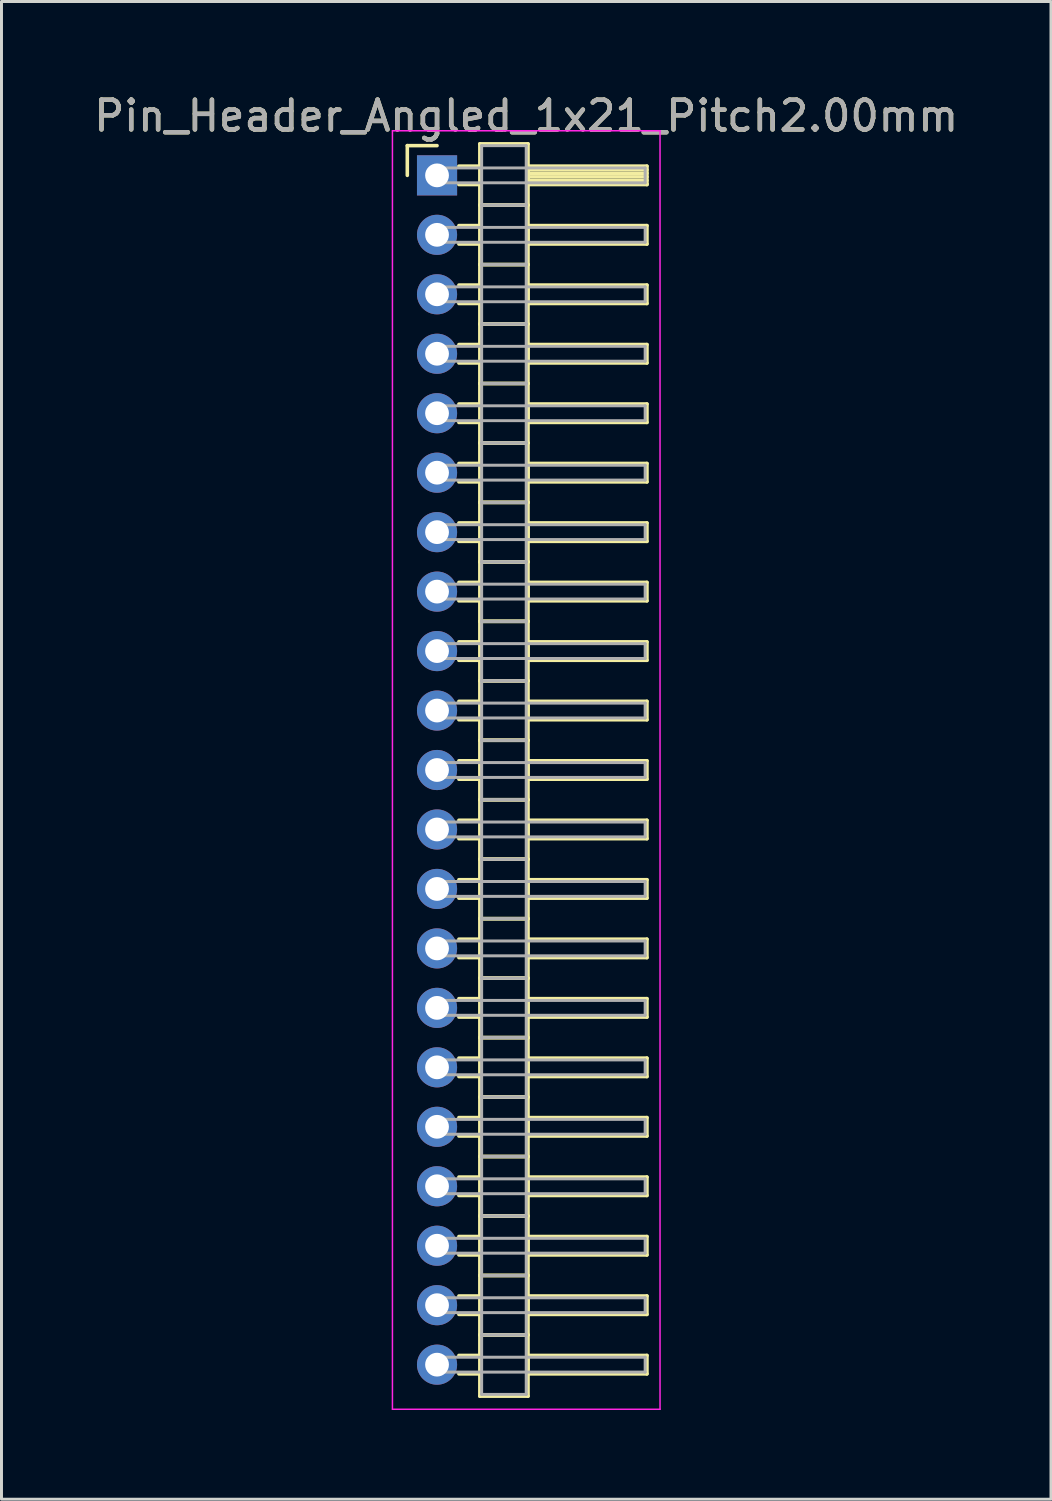
<source format=kicad_pcb>
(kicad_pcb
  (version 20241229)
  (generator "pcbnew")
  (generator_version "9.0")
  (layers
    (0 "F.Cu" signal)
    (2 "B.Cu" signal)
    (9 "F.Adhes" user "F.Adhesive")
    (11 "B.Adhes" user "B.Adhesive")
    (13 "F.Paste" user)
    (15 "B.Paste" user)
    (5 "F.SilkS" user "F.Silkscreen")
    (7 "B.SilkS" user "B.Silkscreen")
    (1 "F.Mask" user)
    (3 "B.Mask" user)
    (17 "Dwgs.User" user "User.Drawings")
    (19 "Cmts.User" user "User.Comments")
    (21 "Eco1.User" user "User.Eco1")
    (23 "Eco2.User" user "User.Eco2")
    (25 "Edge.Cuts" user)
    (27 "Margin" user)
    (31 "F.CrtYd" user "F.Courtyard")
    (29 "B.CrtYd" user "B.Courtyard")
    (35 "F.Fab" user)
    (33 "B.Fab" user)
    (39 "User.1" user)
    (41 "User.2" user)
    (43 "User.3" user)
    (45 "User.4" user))
  (footprint "Pin_Header_Angled_1x21_Pitch2.00mm"
    (layer "F.Cu")
    (at 11.649 2.848)
    (property "Reference" "Pin_Header_Angled_1x21_Pitch2.00mm" (at 3 -2 0) (layer "F.SilkS") (effects (font (size 1 1) (thickness 0.15))))
    (attr through_hole)
    (fp_line (start -1 -1) (end 0 -1) (stroke (width 0.12) (type solid)) (layer "F.SilkS"))
    (fp_line (start -1 0) (end -1 -1) (stroke (width 0.12) (type solid)) (layer "F.SilkS"))
    (fp_line (start 0.735 -0.31) (end 1.44 -0.31) (stroke (width 0.12) (type solid)) (layer "F.SilkS"))
    (fp_line (start 0.735 0.31) (end 1.44 0.31) (stroke (width 0.12) (type solid)) (layer "F.SilkS"))
    (fp_line (start 0.735 1.69) (end 1.44 1.69) (stroke (width 0.12) (type solid)) (layer "F.SilkS"))
    (fp_line (start 0.735 2.31) (end 1.44 2.31) (stroke (width 0.12) (type solid)) (layer "F.SilkS"))
    (fp_line (start 0.735 3.69) (end 1.44 3.69) (stroke (width 0.12) (type solid)) (layer "F.SilkS"))
    (fp_line (start 0.735 4.31) (end 1.44 4.31) (stroke (width 0.12) (type solid)) (layer "F.SilkS"))
    (fp_line (start 0.735 5.69) (end 1.44 5.69) (stroke (width 0.12) (type solid)) (layer "F.SilkS"))
    (fp_line (start 0.735 6.31) (end 1.44 6.31) (stroke (width 0.12) (type solid)) (layer "F.SilkS"))
    (fp_line (start 0.735 7.69) (end 1.44 7.69) (stroke (width 0.12) (type solid)) (layer "F.SilkS"))
    (fp_line (start 0.735 8.31) (end 1.44 8.31) (stroke (width 0.12) (type solid)) (layer "F.SilkS"))
    (fp_line (start 0.735 9.69) (end 1.44 9.69) (stroke (width 0.12) (type solid)) (layer "F.SilkS"))
    (fp_line (start 0.735 10.31) (end 1.44 10.31) (stroke (width 0.12) (type solid)) (layer "F.SilkS"))
    (fp_line (start 0.735 11.69) (end 1.44 11.69) (stroke (width 0.12) (type solid)) (layer "F.SilkS"))
    (fp_line (start 0.735 12.31) (end 1.44 12.31) (stroke (width 0.12) (type solid)) (layer "F.SilkS"))
    (fp_line (start 0.735 13.69) (end 1.44 13.69) (stroke (width 0.12) (type solid)) (layer "F.SilkS"))
    (fp_line (start 0.735 14.31) (end 1.44 14.31) (stroke (width 0.12) (type solid)) (layer "F.SilkS"))
    (fp_line (start 0.735 15.69) (end 1.44 15.69) (stroke (width 0.12) (type solid)) (layer "F.SilkS"))
    (fp_line (start 0.735 16.31) (end 1.44 16.31) (stroke (width 0.12) (type solid)) (layer "F.SilkS"))
    (fp_line (start 0.735 17.69) (end 1.44 17.69) (stroke (width 0.12) (type solid)) (layer "F.SilkS"))
    (fp_line (start 0.735 18.31) (end 1.44 18.31) (stroke (width 0.12) (type solid)) (layer "F.SilkS"))
    (fp_line (start 0.735 19.69) (end 1.44 19.69) (stroke (width 0.12) (type solid)) (layer "F.SilkS"))
    (fp_line (start 0.735 20.31) (end 1.44 20.31) (stroke (width 0.12) (type solid)) (layer "F.SilkS"))
    (fp_line (start 0.735 21.69) (end 1.44 21.69) (stroke (width 0.12) (type solid)) (layer "F.SilkS"))
    (fp_line (start 0.735 22.31) (end 1.44 22.31) (stroke (width 0.12) (type solid)) (layer "F.SilkS"))
    (fp_line (start 0.735 23.69) (end 1.44 23.69) (stroke (width 0.12) (type solid)) (layer "F.SilkS"))
    (fp_line (start 0.735 24.31) (end 1.44 24.31) (stroke (width 0.12) (type solid)) (layer "F.SilkS"))
    (fp_line (start 0.735 25.69) (end 1.44 25.69) (stroke (width 0.12) (type solid)) (layer "F.SilkS"))
    (fp_line (start 0.735 26.31) (end 1.44 26.31) (stroke (width 0.12) (type solid)) (layer "F.SilkS"))
    (fp_line (start 0.735 27.69) (end 1.44 27.69) (stroke (width 0.12) (type solid)) (layer "F.SilkS"))
    (fp_line (start 0.735 28.31) (end 1.44 28.31) (stroke (width 0.12) (type solid)) (layer "F.SilkS"))
    (fp_line (start 0.735 29.69) (end 1.44 29.69) (stroke (width 0.12) (type solid)) (layer "F.SilkS"))
    (fp_line (start 0.735 30.31) (end 1.44 30.31) (stroke (width 0.12) (type solid)) (layer "F.SilkS"))
    (fp_line (start 0.735 31.69) (end 1.44 31.69) (stroke (width 0.12) (type solid)) (layer "F.SilkS"))
    (fp_line (start 0.735 32.31) (end 1.44 32.31) (stroke (width 0.12) (type solid)) (layer "F.SilkS"))
    (fp_line (start 0.735 33.69) (end 1.44 33.69) (stroke (width 0.12) (type solid)) (layer "F.SilkS"))
    (fp_line (start 0.735 34.31) (end 1.44 34.31) (stroke (width 0.12) (type solid)) (layer "F.SilkS"))
    (fp_line (start 0.735 35.69) (end 1.44 35.69) (stroke (width 0.12) (type solid)) (layer "F.SilkS"))
    (fp_line (start 0.735 36.31) (end 1.44 36.31) (stroke (width 0.12) (type solid)) (layer "F.SilkS"))
    (fp_line (start 0.735 37.69) (end 1.44 37.69) (stroke (width 0.12) (type solid)) (layer "F.SilkS"))
    (fp_line (start 0.735 38.31) (end 1.44 38.31) (stroke (width 0.12) (type solid)) (layer "F.SilkS"))
    (fp_line (start 0.735 39.69) (end 1.44 39.69) (stroke (width 0.12) (type solid)) (layer "F.SilkS"))
    (fp_line (start 0.735 40.31) (end 1.44 40.31) (stroke (width 0.12) (type solid)) (layer "F.SilkS"))
    (fp_line (start 1.44 -1.06) (end 1.44 1) (stroke (width 0.12) (type solid)) (layer "F.SilkS"))
    (fp_line (start 1.44 1) (end 1.44 3) (stroke (width 0.12) (type solid)) (layer "F.SilkS"))
    (fp_line (start 1.44 1) (end 3.06 1) (stroke (width 0.12) (type solid)) (layer "F.SilkS"))
    (fp_line (start 1.44 3) (end 1.44 5) (stroke (width 0.12) (type solid)) (layer "F.SilkS"))
    (fp_line (start 1.44 3) (end 3.06 3) (stroke (width 0.12) (type solid)) (layer "F.SilkS"))
    (fp_line (start 1.44 5) (end 1.44 7) (stroke (width 0.12) (type solid)) (layer "F.SilkS"))
    (fp_line (start 1.44 5) (end 3.06 5) (stroke (width 0.12) (type solid)) (layer "F.SilkS"))
    (fp_line (start 1.44 7) (end 1.44 9) (stroke (width 0.12) (type solid)) (layer "F.SilkS"))
    (fp_line (start 1.44 7) (end 3.06 7) (stroke (width 0.12) (type solid)) (layer "F.SilkS"))
    (fp_line (start 1.44 9) (end 1.44 11) (stroke (width 0.12) (type solid)) (layer "F.SilkS"))
    (fp_line (start 1.44 9) (end 3.06 9) (stroke (width 0.12) (type solid)) (layer "F.SilkS"))
    (fp_line (start 1.44 11) (end 1.44 13) (stroke (width 0.12) (type solid)) (layer "F.SilkS"))
    (fp_line (start 1.44 11) (end 3.06 11) (stroke (width 0.12) (type solid)) (layer "F.SilkS"))
    (fp_line (start 1.44 13) (end 1.44 15) (stroke (width 0.12) (type solid)) (layer "F.SilkS"))
    (fp_line (start 1.44 13) (end 3.06 13) (stroke (width 0.12) (type solid)) (layer "F.SilkS"))
    (fp_line (start 1.44 15) (end 1.44 17) (stroke (width 0.12) (type solid)) (layer "F.SilkS"))
    (fp_line (start 1.44 15) (end 3.06 15) (stroke (width 0.12) (type solid)) (layer "F.SilkS"))
    (fp_line (start 1.44 17) (end 1.44 19) (stroke (width 0.12) (type solid)) (layer "F.SilkS"))
    (fp_line (start 1.44 17) (end 3.06 17) (stroke (width 0.12) (type solid)) (layer "F.SilkS"))
    (fp_line (start 1.44 19) (end 1.44 21) (stroke (width 0.12) (type solid)) (layer "F.SilkS"))
    (fp_line (start 1.44 19) (end 3.06 19) (stroke (width 0.12) (type solid)) (layer "F.SilkS"))
    (fp_line (start 1.44 21) (end 1.44 23) (stroke (width 0.12) (type solid)) (layer "F.SilkS"))
    (fp_line (start 1.44 21) (end 3.06 21) (stroke (width 0.12) (type solid)) (layer "F.SilkS"))
    (fp_line (start 1.44 23) (end 1.44 25) (stroke (width 0.12) (type solid)) (layer "F.SilkS"))
    (fp_line (start 1.44 23) (end 3.06 23) (stroke (width 0.12) (type solid)) (layer "F.SilkS"))
    (fp_line (start 1.44 25) (end 1.44 27) (stroke (width 0.12) (type solid)) (layer "F.SilkS"))
    (fp_line (start 1.44 25) (end 3.06 25) (stroke (width 0.12) (type solid)) (layer "F.SilkS"))
    (fp_line (start 1.44 27) (end 1.44 29) (stroke (width 0.12) (type solid)) (layer "F.SilkS"))
    (fp_line (start 1.44 27) (end 3.06 27) (stroke (width 0.12) (type solid)) (layer "F.SilkS"))
    (fp_line (start 1.44 29) (end 1.44 31) (stroke (width 0.12) (type solid)) (layer "F.SilkS"))
    (fp_line (start 1.44 29) (end 3.06 29) (stroke (width 0.12) (type solid)) (layer "F.SilkS"))
    (fp_line (start 1.44 31) (end 1.44 33) (stroke (width 0.12) (type solid)) (layer "F.SilkS"))
    (fp_line (start 1.44 31) (end 3.06 31) (stroke (width 0.12) (type solid)) (layer "F.SilkS"))
    (fp_line (start 1.44 33) (end 1.44 35) (stroke (width 0.12) (type solid)) (layer "F.SilkS"))
    (fp_line (start 1.44 33) (end 3.06 33) (stroke (width 0.12) (type solid)) (layer "F.SilkS"))
    (fp_line (start 1.44 35) (end 1.44 37) (stroke (width 0.12) (type solid)) (layer "F.SilkS"))
    (fp_line (start 1.44 35) (end 3.06 35) (stroke (width 0.12) (type solid)) (layer "F.SilkS"))
    (fp_line (start 1.44 37) (end 1.44 39) (stroke (width 0.12) (type solid)) (layer "F.SilkS"))
    (fp_line (start 1.44 37) (end 3.06 37) (stroke (width 0.12) (type solid)) (layer "F.SilkS"))
    (fp_line (start 1.44 39) (end 1.44 41.06) (stroke (width 0.12) (type solid)) (layer "F.SilkS"))
    (fp_line (start 1.44 39) (end 3.06 39) (stroke (width 0.12) (type solid)) (layer "F.SilkS"))
    (fp_line (start 1.44 41.06) (end 3.06 41.06) (stroke (width 0.12) (type solid)) (layer "F.SilkS"))
    (fp_line (start 3.06 -1.06) (end 1.44 -1.06) (stroke (width 0.12) (type solid)) (layer "F.SilkS"))
    (fp_line (start 3.06 -0.31) (end 3.06 0.31) (stroke (width 0.12) (type solid)) (layer "F.SilkS"))
    (fp_line (start 3.06 -0.19) (end 7.06 -0.19) (stroke (width 0.12) (type solid)) (layer "F.SilkS"))
    (fp_line (start 3.06 -0.07) (end 7.06 -0.07) (stroke (width 0.12) (type solid)) (layer "F.SilkS"))
    (fp_line (start 3.06 0.05) (end 7.06 0.05) (stroke (width 0.12) (type solid)) (layer "F.SilkS"))
    (fp_line (start 3.06 0.17) (end 7.06 0.17) (stroke (width 0.12) (type solid)) (layer "F.SilkS"))
    (fp_line (start 3.06 0.29) (end 7.06 0.29) (stroke (width 0.12) (type solid)) (layer "F.SilkS"))
    (fp_line (start 3.06 0.31) (end 7.06 0.31) (stroke (width 0.12) (type solid)) (layer "F.SilkS"))
    (fp_line (start 3.06 1) (end 1.44 1) (stroke (width 0.12) (type solid)) (layer "F.SilkS"))
    (fp_line (start 3.06 1) (end 3.06 -1.06) (stroke (width 0.12) (type solid)) (layer "F.SilkS"))
    (fp_line (start 3.06 1.69) (end 3.06 2.31) (stroke (width 0.12) (type solid)) (layer "F.SilkS"))
    (fp_line (start 3.06 2.31) (end 7.06 2.31) (stroke (width 0.12) (type solid)) (layer "F.SilkS"))
    (fp_line (start 3.06 3) (end 1.44 3) (stroke (width 0.12) (type solid)) (layer "F.SilkS"))
    (fp_line (start 3.06 3) (end 3.06 1) (stroke (width 0.12) (type solid)) (layer "F.SilkS"))
    (fp_line (start 3.06 3.69) (end 3.06 4.31) (stroke (width 0.12) (type solid)) (layer "F.SilkS"))
    (fp_line (start 3.06 4.31) (end 7.06 4.31) (stroke (width 0.12) (type solid)) (layer "F.SilkS"))
    (fp_line (start 3.06 5) (end 1.44 5) (stroke (width 0.12) (type solid)) (layer "F.SilkS"))
    (fp_line (start 3.06 5) (end 3.06 3) (stroke (width 0.12) (type solid)) (layer "F.SilkS"))
    (fp_line (start 3.06 5.69) (end 3.06 6.31) (stroke (width 0.12) (type solid)) (layer "F.SilkS"))
    (fp_line (start 3.06 6.31) (end 7.06 6.31) (stroke (width 0.12) (type solid)) (layer "F.SilkS"))
    (fp_line (start 3.06 7) (end 1.44 7) (stroke (width 0.12) (type solid)) (layer "F.SilkS"))
    (fp_line (start 3.06 7) (end 3.06 5) (stroke (width 0.12) (type solid)) (layer "F.SilkS"))
    (fp_line (start 3.06 7.69) (end 3.06 8.31) (stroke (width 0.12) (type solid)) (layer "F.SilkS"))
    (fp_line (start 3.06 8.31) (end 7.06 8.31) (stroke (width 0.12) (type solid)) (layer "F.SilkS"))
    (fp_line (start 3.06 9) (end 1.44 9) (stroke (width 0.12) (type solid)) (layer "F.SilkS"))
    (fp_line (start 3.06 9) (end 3.06 7) (stroke (width 0.12) (type solid)) (layer "F.SilkS"))
    (fp_line (start 3.06 9.69) (end 3.06 10.31) (stroke (width 0.12) (type solid)) (layer "F.SilkS"))
    (fp_line (start 3.06 10.31) (end 7.06 10.31) (stroke (width 0.12) (type solid)) (layer "F.SilkS"))
    (fp_line (start 3.06 11) (end 1.44 11) (stroke (width 0.12) (type solid)) (layer "F.SilkS"))
    (fp_line (start 3.06 11) (end 3.06 9) (stroke (width 0.12) (type solid)) (layer "F.SilkS"))
    (fp_line (start 3.06 11.69) (end 3.06 12.31) (stroke (width 0.12) (type solid)) (layer "F.SilkS"))
    (fp_line (start 3.06 12.31) (end 7.06 12.31) (stroke (width 0.12) (type solid)) (layer "F.SilkS"))
    (fp_line (start 3.06 13) (end 1.44 13) (stroke (width 0.12) (type solid)) (layer "F.SilkS"))
    (fp_line (start 3.06 13) (end 3.06 11) (stroke (width 0.12) (type solid)) (layer "F.SilkS"))
    (fp_line (start 3.06 13.69) (end 3.06 14.31) (stroke (width 0.12) (type solid)) (layer "F.SilkS"))
    (fp_line (start 3.06 14.31) (end 7.06 14.31) (stroke (width 0.12) (type solid)) (layer "F.SilkS"))
    (fp_line (start 3.06 15) (end 1.44 15) (stroke (width 0.12) (type solid)) (layer "F.SilkS"))
    (fp_line (start 3.06 15) (end 3.06 13) (stroke (width 0.12) (type solid)) (layer "F.SilkS"))
    (fp_line (start 3.06 15.69) (end 3.06 16.31) (stroke (width 0.12) (type solid)) (layer "F.SilkS"))
    (fp_line (start 3.06 16.31) (end 7.06 16.31) (stroke (width 0.12) (type solid)) (layer "F.SilkS"))
    (fp_line (start 3.06 17) (end 1.44 17) (stroke (width 0.12) (type solid)) (layer "F.SilkS"))
    (fp_line (start 3.06 17) (end 3.06 15) (stroke (width 0.12) (type solid)) (layer "F.SilkS"))
    (fp_line (start 3.06 17.69) (end 3.06 18.31) (stroke (width 0.12) (type solid)) (layer "F.SilkS"))
    (fp_line (start 3.06 18.31) (end 7.06 18.31) (stroke (width 0.12) (type solid)) (layer "F.SilkS"))
    (fp_line (start 3.06 19) (end 1.44 19) (stroke (width 0.12) (type solid)) (layer "F.SilkS"))
    (fp_line (start 3.06 19) (end 3.06 17) (stroke (width 0.12) (type solid)) (layer "F.SilkS"))
    (fp_line (start 3.06 19.69) (end 3.06 20.31) (stroke (width 0.12) (type solid)) (layer "F.SilkS"))
    (fp_line (start 3.06 20.31) (end 7.06 20.31) (stroke (width 0.12) (type solid)) (layer "F.SilkS"))
    (fp_line (start 3.06 21) (end 1.44 21) (stroke (width 0.12) (type solid)) (layer "F.SilkS"))
    (fp_line (start 3.06 21) (end 3.06 19) (stroke (width 0.12) (type solid)) (layer "F.SilkS"))
    (fp_line (start 3.06 21.69) (end 3.06 22.31) (stroke (width 0.12) (type solid)) (layer "F.SilkS"))
    (fp_line (start 3.06 22.31) (end 7.06 22.31) (stroke (width 0.12) (type solid)) (layer "F.SilkS"))
    (fp_line (start 3.06 23) (end 1.44 23) (stroke (width 0.12) (type solid)) (layer "F.SilkS"))
    (fp_line (start 3.06 23) (end 3.06 21) (stroke (width 0.12) (type solid)) (layer "F.SilkS"))
    (fp_line (start 3.06 23.69) (end 3.06 24.31) (stroke (width 0.12) (type solid)) (layer "F.SilkS"))
    (fp_line (start 3.06 24.31) (end 7.06 24.31) (stroke (width 0.12) (type solid)) (layer "F.SilkS"))
    (fp_line (start 3.06 25) (end 1.44 25) (stroke (width 0.12) (type solid)) (layer "F.SilkS"))
    (fp_line (start 3.06 25) (end 3.06 23) (stroke (width 0.12) (type solid)) (layer "F.SilkS"))
    (fp_line (start 3.06 25.69) (end 3.06 26.31) (stroke (width 0.12) (type solid)) (layer "F.SilkS"))
    (fp_line (start 3.06 26.31) (end 7.06 26.31) (stroke (width 0.12) (type solid)) (layer "F.SilkS"))
    (fp_line (start 3.06 27) (end 1.44 27) (stroke (width 0.12) (type solid)) (layer "F.SilkS"))
    (fp_line (start 3.06 27) (end 3.06 25) (stroke (width 0.12) (type solid)) (layer "F.SilkS"))
    (fp_line (start 3.06 27.69) (end 3.06 28.31) (stroke (width 0.12) (type solid)) (layer "F.SilkS"))
    (fp_line (start 3.06 28.31) (end 7.06 28.31) (stroke (width 0.12) (type solid)) (layer "F.SilkS"))
    (fp_line (start 3.06 29) (end 1.44 29) (stroke (width 0.12) (type solid)) (layer "F.SilkS"))
    (fp_line (start 3.06 29) (end 3.06 27) (stroke (width 0.12) (type solid)) (layer "F.SilkS"))
    (fp_line (start 3.06 29.69) (end 3.06 30.31) (stroke (width 0.12) (type solid)) (layer "F.SilkS"))
    (fp_line (start 3.06 30.31) (end 7.06 30.31) (stroke (width 0.12) (type solid)) (layer "F.SilkS"))
    (fp_line (start 3.06 31) (end 1.44 31) (stroke (width 0.12) (type solid)) (layer "F.SilkS"))
    (fp_line (start 3.06 31) (end 3.06 29) (stroke (width 0.12) (type solid)) (layer "F.SilkS"))
    (fp_line (start 3.06 31.69) (end 3.06 32.31) (stroke (width 0.12) (type solid)) (layer "F.SilkS"))
    (fp_line (start 3.06 32.31) (end 7.06 32.31) (stroke (width 0.12) (type solid)) (layer "F.SilkS"))
    (fp_line (start 3.06 33) (end 1.44 33) (stroke (width 0.12) (type solid)) (layer "F.SilkS"))
    (fp_line (start 3.06 33) (end 3.06 31) (stroke (width 0.12) (type solid)) (layer "F.SilkS"))
    (fp_line (start 3.06 33.69) (end 3.06 34.31) (stroke (width 0.12) (type solid)) (layer "F.SilkS"))
    (fp_line (start 3.06 34.31) (end 7.06 34.31) (stroke (width 0.12) (type solid)) (layer "F.SilkS"))
    (fp_line (start 3.06 35) (end 1.44 35) (stroke (width 0.12) (type solid)) (layer "F.SilkS"))
    (fp_line (start 3.06 35) (end 3.06 33) (stroke (width 0.12) (type solid)) (layer "F.SilkS"))
    (fp_line (start 3.06 35.69) (end 3.06 36.31) (stroke (width 0.12) (type solid)) (layer "F.SilkS"))
    (fp_line (start 3.06 36.31) (end 7.06 36.31) (stroke (width 0.12) (type solid)) (layer "F.SilkS"))
    (fp_line (start 3.06 37) (end 1.44 37) (stroke (width 0.12) (type solid)) (layer "F.SilkS"))
    (fp_line (start 3.06 37) (end 3.06 35) (stroke (width 0.12) (type solid)) (layer "F.SilkS"))
    (fp_line (start 3.06 37.69) (end 3.06 38.31) (stroke (width 0.12) (type solid)) (layer "F.SilkS"))
    (fp_line (start 3.06 38.31) (end 7.06 38.31) (stroke (width 0.12) (type solid)) (layer "F.SilkS"))
    (fp_line (start 3.06 39) (end 1.44 39) (stroke (width 0.12) (type solid)) (layer "F.SilkS"))
    (fp_line (start 3.06 39) (end 3.06 37) (stroke (width 0.12) (type solid)) (layer "F.SilkS"))
    (fp_line (start 3.06 39.69) (end 3.06 40.31) (stroke (width 0.12) (type solid)) (layer "F.SilkS"))
    (fp_line (start 3.06 40.31) (end 7.06 40.31) (stroke (width 0.12) (type solid)) (layer "F.SilkS"))
    (fp_line (start 3.06 41.06) (end 3.06 39) (stroke (width 0.12) (type solid)) (layer "F.SilkS"))
    (fp_line (start 7.06 -0.31) (end 3.06 -0.31) (stroke (width 0.12) (type solid)) (layer "F.SilkS"))
    (fp_line (start 7.06 0.31) (end 7.06 -0.31) (stroke (width 0.12) (type solid)) (layer "F.SilkS"))
    (fp_line (start 7.06 1.69) (end 3.06 1.69) (stroke (width 0.12) (type solid)) (layer "F.SilkS"))
    (fp_line (start 7.06 2.31) (end 7.06 1.69) (stroke (width 0.12) (type solid)) (layer "F.SilkS"))
    (fp_line (start 7.06 3.69) (end 3.06 3.69) (stroke (width 0.12) (type solid)) (layer "F.SilkS"))
    (fp_line (start 7.06 4.31) (end 7.06 3.69) (stroke (width 0.12) (type solid)) (layer "F.SilkS"))
    (fp_line (start 7.06 5.69) (end 3.06 5.69) (stroke (width 0.12) (type solid)) (layer "F.SilkS"))
    (fp_line (start 7.06 6.31) (end 7.06 5.69) (stroke (width 0.12) (type solid)) (layer "F.SilkS"))
    (fp_line (start 7.06 7.69) (end 3.06 7.69) (stroke (width 0.12) (type solid)) (layer "F.SilkS"))
    (fp_line (start 7.06 8.31) (end 7.06 7.69) (stroke (width 0.12) (type solid)) (layer "F.SilkS"))
    (fp_line (start 7.06 9.69) (end 3.06 9.69) (stroke (width 0.12) (type solid)) (layer "F.SilkS"))
    (fp_line (start 7.06 10.31) (end 7.06 9.69) (stroke (width 0.12) (type solid)) (layer "F.SilkS"))
    (fp_line (start 7.06 11.69) (end 3.06 11.69) (stroke (width 0.12) (type solid)) (layer "F.SilkS"))
    (fp_line (start 7.06 12.31) (end 7.06 11.69) (stroke (width 0.12) (type solid)) (layer "F.SilkS"))
    (fp_line (start 7.06 13.69) (end 3.06 13.69) (stroke (width 0.12) (type solid)) (layer "F.SilkS"))
    (fp_line (start 7.06 14.31) (end 7.06 13.69) (stroke (width 0.12) (type solid)) (layer "F.SilkS"))
    (fp_line (start 7.06 15.69) (end 3.06 15.69) (stroke (width 0.12) (type solid)) (layer "F.SilkS"))
    (fp_line (start 7.06 16.31) (end 7.06 15.69) (stroke (width 0.12) (type solid)) (layer "F.SilkS"))
    (fp_line (start 7.06 17.69) (end 3.06 17.69) (stroke (width 0.12) (type solid)) (layer "F.SilkS"))
    (fp_line (start 7.06 18.31) (end 7.06 17.69) (stroke (width 0.12) (type solid)) (layer "F.SilkS"))
    (fp_line (start 7.06 19.69) (end 3.06 19.69) (stroke (width 0.12) (type solid)) (layer "F.SilkS"))
    (fp_line (start 7.06 20.31) (end 7.06 19.69) (stroke (width 0.12) (type solid)) (layer "F.SilkS"))
    (fp_line (start 7.06 21.69) (end 3.06 21.69) (stroke (width 0.12) (type solid)) (layer "F.SilkS"))
    (fp_line (start 7.06 22.31) (end 7.06 21.69) (stroke (width 0.12) (type solid)) (layer "F.SilkS"))
    (fp_line (start 7.06 23.69) (end 3.06 23.69) (stroke (width 0.12) (type solid)) (layer "F.SilkS"))
    (fp_line (start 7.06 24.31) (end 7.06 23.69) (stroke (width 0.12) (type solid)) (layer "F.SilkS"))
    (fp_line (start 7.06 25.69) (end 3.06 25.69) (stroke (width 0.12) (type solid)) (layer "F.SilkS"))
    (fp_line (start 7.06 26.31) (end 7.06 25.69) (stroke (width 0.12) (type solid)) (layer "F.SilkS"))
    (fp_line (start 7.06 27.69) (end 3.06 27.69) (stroke (width 0.12) (type solid)) (layer "F.SilkS"))
    (fp_line (start 7.06 28.31) (end 7.06 27.69) (stroke (width 0.12) (type solid)) (layer "F.SilkS"))
    (fp_line (start 7.06 29.69) (end 3.06 29.69) (stroke (width 0.12) (type solid)) (layer "F.SilkS"))
    (fp_line (start 7.06 30.31) (end 7.06 29.69) (stroke (width 0.12) (type solid)) (layer "F.SilkS"))
    (fp_line (start 7.06 31.69) (end 3.06 31.69) (stroke (width 0.12) (type solid)) (layer "F.SilkS"))
    (fp_line (start 7.06 32.31) (end 7.06 31.69) (stroke (width 0.12) (type solid)) (layer "F.SilkS"))
    (fp_line (start 7.06 33.69) (end 3.06 33.69) (stroke (width 0.12) (type solid)) (layer "F.SilkS"))
    (fp_line (start 7.06 34.31) (end 7.06 33.69) (stroke (width 0.12) (type solid)) (layer "F.SilkS"))
    (fp_line (start 7.06 35.69) (end 3.06 35.69) (stroke (width 0.12) (type solid)) (layer "F.SilkS"))
    (fp_line (start 7.06 36.31) (end 7.06 35.69) (stroke (width 0.12) (type solid)) (layer "F.SilkS"))
    (fp_line (start 7.06 37.69) (end 3.06 37.69) (stroke (width 0.12) (type solid)) (layer "F.SilkS"))
    (fp_line (start 7.06 38.31) (end 7.06 37.69) (stroke (width 0.12) (type solid)) (layer "F.SilkS"))
    (fp_line (start 7.06 39.69) (end 3.06 39.69) (stroke (width 0.12) (type solid)) (layer "F.SilkS"))
    (fp_line (start 7.06 40.31) (end 7.06 39.69) (stroke (width 0.12) (type solid)) (layer "F.SilkS"))
    (fp_line (start -1.5 -1.5) (end -1.5 41.5) (stroke (width 0.05) (type solid)) (layer "F.CrtYd"))
    (fp_line (start -1.5 41.5) (end 7.5 41.5) (stroke (width 0.05) (type solid)) (layer "F.CrtYd"))
    (fp_line (start 7.5 -1.5) (end -1.5 -1.5) (stroke (width 0.05) (type solid)) (layer "F.CrtYd"))
    (fp_line (start 7.5 41.5) (end 7.5 -1.5) (stroke (width 0.05) (type solid)) (layer "F.CrtYd"))
    (fp_line (start 0 -0.25) (end 0 0.25) (stroke (width 0.1) (type solid)) (layer "F.Fab"))
    (fp_line (start 0 0.25) (end 7 0.25) (stroke (width 0.1) (type solid)) (layer "F.Fab"))
    (fp_line (start 0 1.75) (end 0 2.25) (stroke (width 0.1) (type solid)) (layer "F.Fab"))
    (fp_line (start 0 2.25) (end 7 2.25) (stroke (width 0.1) (type solid)) (layer "F.Fab"))
    (fp_line (start 0 3.75) (end 0 4.25) (stroke (width 0.1) (type solid)) (layer "F.Fab"))
    (fp_line (start 0 4.25) (end 7 4.25) (stroke (width 0.1) (type solid)) (layer "F.Fab"))
    (fp_line (start 0 5.75) (end 0 6.25) (stroke (width 0.1) (type solid)) (layer "F.Fab"))
    (fp_line (start 0 6.25) (end 7 6.25) (stroke (width 0.1) (type solid)) (layer "F.Fab"))
    (fp_line (start 0 7.75) (end 0 8.25) (stroke (width 0.1) (type solid)) (layer "F.Fab"))
    (fp_line (start 0 8.25) (end 7 8.25) (stroke (width 0.1) (type solid)) (layer "F.Fab"))
    (fp_line (start 0 9.75) (end 0 10.25) (stroke (width 0.1) (type solid)) (layer "F.Fab"))
    (fp_line (start 0 10.25) (end 7 10.25) (stroke (width 0.1) (type solid)) (layer "F.Fab"))
    (fp_line (start 0 11.75) (end 0 12.25) (stroke (width 0.1) (type solid)) (layer "F.Fab"))
    (fp_line (start 0 12.25) (end 7 12.25) (stroke (width 0.1) (type solid)) (layer "F.Fab"))
    (fp_line (start 0 13.75) (end 0 14.25) (stroke (width 0.1) (type solid)) (layer "F.Fab"))
    (fp_line (start 0 14.25) (end 7 14.25) (stroke (width 0.1) (type solid)) (layer "F.Fab"))
    (fp_line (start 0 15.75) (end 0 16.25) (stroke (width 0.1) (type solid)) (layer "F.Fab"))
    (fp_line (start 0 16.25) (end 7 16.25) (stroke (width 0.1) (type solid)) (layer "F.Fab"))
    (fp_line (start 0 17.75) (end 0 18.25) (stroke (width 0.1) (type solid)) (layer "F.Fab"))
    (fp_line (start 0 18.25) (end 7 18.25) (stroke (width 0.1) (type solid)) (layer "F.Fab"))
    (fp_line (start 0 19.75) (end 0 20.25) (stroke (width 0.1) (type solid)) (layer "F.Fab"))
    (fp_line (start 0 20.25) (end 7 20.25) (stroke (width 0.1) (type solid)) (layer "F.Fab"))
    (fp_line (start 0 21.75) (end 0 22.25) (stroke (width 0.1) (type solid)) (layer "F.Fab"))
    (fp_line (start 0 22.25) (end 7 22.25) (stroke (width 0.1) (type solid)) (layer "F.Fab"))
    (fp_line (start 0 23.75) (end 0 24.25) (stroke (width 0.1) (type solid)) (layer "F.Fab"))
    (fp_line (start 0 24.25) (end 7 24.25) (stroke (width 0.1) (type solid)) (layer "F.Fab"))
    (fp_line (start 0 25.75) (end 0 26.25) (stroke (width 0.1) (type solid)) (layer "F.Fab"))
    (fp_line (start 0 26.25) (end 7 26.25) (stroke (width 0.1) (type solid)) (layer "F.Fab"))
    (fp_line (start 0 27.75) (end 0 28.25) (stroke (width 0.1) (type solid)) (layer "F.Fab"))
    (fp_line (start 0 28.25) (end 7 28.25) (stroke (width 0.1) (type solid)) (layer "F.Fab"))
    (fp_line (start 0 29.75) (end 0 30.25) (stroke (width 0.1) (type solid)) (layer "F.Fab"))
    (fp_line (start 0 30.25) (end 7 30.25) (stroke (width 0.1) (type solid)) (layer "F.Fab"))
    (fp_line (start 0 31.75) (end 0 32.25) (stroke (width 0.1) (type solid)) (layer "F.Fab"))
    (fp_line (start 0 32.25) (end 7 32.25) (stroke (width 0.1) (type solid)) (layer "F.Fab"))
    (fp_line (start 0 33.75) (end 0 34.25) (stroke (width 0.1) (type solid)) (layer "F.Fab"))
    (fp_line (start 0 34.25) (end 7 34.25) (stroke (width 0.1) (type solid)) (layer "F.Fab"))
    (fp_line (start 0 35.75) (end 0 36.25) (stroke (width 0.1) (type solid)) (layer "F.Fab"))
    (fp_line (start 0 36.25) (end 7 36.25) (stroke (width 0.1) (type solid)) (layer "F.Fab"))
    (fp_line (start 0 37.75) (end 0 38.25) (stroke (width 0.1) (type solid)) (layer "F.Fab"))
    (fp_line (start 0 38.25) (end 7 38.25) (stroke (width 0.1) (type solid)) (layer "F.Fab"))
    (fp_line (start 0 39.75) (end 0 40.25) (stroke (width 0.1) (type solid)) (layer "F.Fab"))
    (fp_line (start 0 40.25) (end 7 40.25) (stroke (width 0.1) (type solid)) (layer "F.Fab"))
    (fp_line (start 1.5 -1) (end 1.5 1) (stroke (width 0.1) (type solid)) (layer "F.Fab"))
    (fp_line (start 1.5 1) (end 1.5 3) (stroke (width 0.1) (type solid)) (layer "F.Fab"))
    (fp_line (start 1.5 1) (end 3 1) (stroke (width 0.1) (type solid)) (layer "F.Fab"))
    (fp_line (start 1.5 3) (end 1.5 5) (stroke (width 0.1) (type solid)) (layer "F.Fab"))
    (fp_line (start 1.5 3) (end 3 3) (stroke (width 0.1) (type solid)) (layer "F.Fab"))
    (fp_line (start 1.5 5) (end 1.5 7) (stroke (width 0.1) (type solid)) (layer "F.Fab"))
    (fp_line (start 1.5 5) (end 3 5) (stroke (width 0.1) (type solid)) (layer "F.Fab"))
    (fp_line (start 1.5 7) (end 1.5 9) (stroke (width 0.1) (type solid)) (layer "F.Fab"))
    (fp_line (start 1.5 7) (end 3 7) (stroke (width 0.1) (type solid)) (layer "F.Fab"))
    (fp_line (start 1.5 9) (end 1.5 11) (stroke (width 0.1) (type solid)) (layer "F.Fab"))
    (fp_line (start 1.5 9) (end 3 9) (stroke (width 0.1) (type solid)) (layer "F.Fab"))
    (fp_line (start 1.5 11) (end 1.5 13) (stroke (width 0.1) (type solid)) (layer "F.Fab"))
    (fp_line (start 1.5 11) (end 3 11) (stroke (width 0.1) (type solid)) (layer "F.Fab"))
    (fp_line (start 1.5 13) (end 1.5 15) (stroke (width 0.1) (type solid)) (layer "F.Fab"))
    (fp_line (start 1.5 13) (end 3 13) (stroke (width 0.1) (type solid)) (layer "F.Fab"))
    (fp_line (start 1.5 15) (end 1.5 17) (stroke (width 0.1) (type solid)) (layer "F.Fab"))
    (fp_line (start 1.5 15) (end 3 15) (stroke (width 0.1) (type solid)) (layer "F.Fab"))
    (fp_line (start 1.5 17) (end 1.5 19) (stroke (width 0.1) (type solid)) (layer "F.Fab"))
    (fp_line (start 1.5 17) (end 3 17) (stroke (width 0.1) (type solid)) (layer "F.Fab"))
    (fp_line (start 1.5 19) (end 1.5 21) (stroke (width 0.1) (type solid)) (layer "F.Fab"))
    (fp_line (start 1.5 19) (end 3 19) (stroke (width 0.1) (type solid)) (layer "F.Fab"))
    (fp_line (start 1.5 21) (end 1.5 23) (stroke (width 0.1) (type solid)) (layer "F.Fab"))
    (fp_line (start 1.5 21) (end 3 21) (stroke (width 0.1) (type solid)) (layer "F.Fab"))
    (fp_line (start 1.5 23) (end 1.5 25) (stroke (width 0.1) (type solid)) (layer "F.Fab"))
    (fp_line (start 1.5 23) (end 3 23) (stroke (width 0.1) (type solid)) (layer "F.Fab"))
    (fp_line (start 1.5 25) (end 1.5 27) (stroke (width 0.1) (type solid)) (layer "F.Fab"))
    (fp_line (start 1.5 25) (end 3 25) (stroke (width 0.1) (type solid)) (layer "F.Fab"))
    (fp_line (start 1.5 27) (end 1.5 29) (stroke (width 0.1) (type solid)) (layer "F.Fab"))
    (fp_line (start 1.5 27) (end 3 27) (stroke (width 0.1) (type solid)) (layer "F.Fab"))
    (fp_line (start 1.5 29) (end 1.5 31) (stroke (width 0.1) (type solid)) (layer "F.Fab"))
    (fp_line (start 1.5 29) (end 3 29) (stroke (width 0.1) (type solid)) (layer "F.Fab"))
    (fp_line (start 1.5 31) (end 1.5 33) (stroke (width 0.1) (type solid)) (layer "F.Fab"))
    (fp_line (start 1.5 31) (end 3 31) (stroke (width 0.1) (type solid)) (layer "F.Fab"))
    (fp_line (start 1.5 33) (end 1.5 35) (stroke (width 0.1) (type solid)) (layer "F.Fab"))
    (fp_line (start 1.5 33) (end 3 33) (stroke (width 0.1) (type solid)) (layer "F.Fab"))
    (fp_line (start 1.5 35) (end 1.5 37) (stroke (width 0.1) (type solid)) (layer "F.Fab"))
    (fp_line (start 1.5 35) (end 3 35) (stroke (width 0.1) (type solid)) (layer "F.Fab"))
    (fp_line (start 1.5 37) (end 1.5 39) (stroke (width 0.1) (type solid)) (layer "F.Fab"))
    (fp_line (start 1.5 37) (end 3 37) (stroke (width 0.1) (type solid)) (layer "F.Fab"))
    (fp_line (start 1.5 39) (end 1.5 41) (stroke (width 0.1) (type solid)) (layer "F.Fab"))
    (fp_line (start 1.5 39) (end 3 39) (stroke (width 0.1) (type solid)) (layer "F.Fab"))
    (fp_line (start 1.5 41) (end 3 41) (stroke (width 0.1) (type solid)) (layer "F.Fab"))
    (fp_line (start 3 -1) (end 1.5 -1) (stroke (width 0.1) (type solid)) (layer "F.Fab"))
    (fp_line (start 3 1) (end 1.5 1) (stroke (width 0.1) (type solid)) (layer "F.Fab"))
    (fp_line (start 3 1) (end 3 -1) (stroke (width 0.1) (type solid)) (layer "F.Fab"))
    (fp_line (start 3 3) (end 1.5 3) (stroke (width 0.1) (type solid)) (layer "F.Fab"))
    (fp_line (start 3 3) (end 3 1) (stroke (width 0.1) (type solid)) (layer "F.Fab"))
    (fp_line (start 3 5) (end 1.5 5) (stroke (width 0.1) (type solid)) (layer "F.Fab"))
    (fp_line (start 3 5) (end 3 3) (stroke (width 0.1) (type solid)) (layer "F.Fab"))
    (fp_line (start 3 7) (end 1.5 7) (stroke (width 0.1) (type solid)) (layer "F.Fab"))
    (fp_line (start 3 7) (end 3 5) (stroke (width 0.1) (type solid)) (layer "F.Fab"))
    (fp_line (start 3 9) (end 1.5 9) (stroke (width 0.1) (type solid)) (layer "F.Fab"))
    (fp_line (start 3 9) (end 3 7) (stroke (width 0.1) (type solid)) (layer "F.Fab"))
    (fp_line (start 3 11) (end 1.5 11) (stroke (width 0.1) (type solid)) (layer "F.Fab"))
    (fp_line (start 3 11) (end 3 9) (stroke (width 0.1) (type solid)) (layer "F.Fab"))
    (fp_line (start 3 13) (end 1.5 13) (stroke (width 0.1) (type solid)) (layer "F.Fab"))
    (fp_line (start 3 13) (end 3 11) (stroke (width 0.1) (type solid)) (layer "F.Fab"))
    (fp_line (start 3 15) (end 1.5 15) (stroke (width 0.1) (type solid)) (layer "F.Fab"))
    (fp_line (start 3 15) (end 3 13) (stroke (width 0.1) (type solid)) (layer "F.Fab"))
    (fp_line (start 3 17) (end 1.5 17) (stroke (width 0.1) (type solid)) (layer "F.Fab"))
    (fp_line (start 3 17) (end 3 15) (stroke (width 0.1) (type solid)) (layer "F.Fab"))
    (fp_line (start 3 19) (end 1.5 19) (stroke (width 0.1) (type solid)) (layer "F.Fab"))
    (fp_line (start 3 19) (end 3 17) (stroke (width 0.1) (type solid)) (layer "F.Fab"))
    (fp_line (start 3 21) (end 1.5 21) (stroke (width 0.1) (type solid)) (layer "F.Fab"))
    (fp_line (start 3 21) (end 3 19) (stroke (width 0.1) (type solid)) (layer "F.Fab"))
    (fp_line (start 3 23) (end 1.5 23) (stroke (width 0.1) (type solid)) (layer "F.Fab"))
    (fp_line (start 3 23) (end 3 21) (stroke (width 0.1) (type solid)) (layer "F.Fab"))
    (fp_line (start 3 25) (end 1.5 25) (stroke (width 0.1) (type solid)) (layer "F.Fab"))
    (fp_line (start 3 25) (end 3 23) (stroke (width 0.1) (type solid)) (layer "F.Fab"))
    (fp_line (start 3 27) (end 1.5 27) (stroke (width 0.1) (type solid)) (layer "F.Fab"))
    (fp_line (start 3 27) (end 3 25) (stroke (width 0.1) (type solid)) (layer "F.Fab"))
    (fp_line (start 3 29) (end 1.5 29) (stroke (width 0.1) (type solid)) (layer "F.Fab"))
    (fp_line (start 3 29) (end 3 27) (stroke (width 0.1) (type solid)) (layer "F.Fab"))
    (fp_line (start 3 31) (end 1.5 31) (stroke (width 0.1) (type solid)) (layer "F.Fab"))
    (fp_line (start 3 31) (end 3 29) (stroke (width 0.1) (type solid)) (layer "F.Fab"))
    (fp_line (start 3 33) (end 1.5 33) (stroke (width 0.1) (type solid)) (layer "F.Fab"))
    (fp_line (start 3 33) (end 3 31) (stroke (width 0.1) (type solid)) (layer "F.Fab"))
    (fp_line (start 3 35) (end 1.5 35) (stroke (width 0.1) (type solid)) (layer "F.Fab"))
    (fp_line (start 3 35) (end 3 33) (stroke (width 0.1) (type solid)) (layer "F.Fab"))
    (fp_line (start 3 37) (end 1.5 37) (stroke (width 0.1) (type solid)) (layer "F.Fab"))
    (fp_line (start 3 37) (end 3 35) (stroke (width 0.1) (type solid)) (layer "F.Fab"))
    (fp_line (start 3 39) (end 1.5 39) (stroke (width 0.1) (type solid)) (layer "F.Fab"))
    (fp_line (start 3 39) (end 3 37) (stroke (width 0.1) (type solid)) (layer "F.Fab"))
    (fp_line (start 3 41) (end 3 39) (stroke (width 0.1) (type solid)) (layer "F.Fab"))
    (fp_line (start 7 -0.25) (end 0 -0.25) (stroke (width 0.1) (type solid)) (layer "F.Fab"))
    (fp_line (start 7 0.25) (end 7 -0.25) (stroke (width 0.1) (type solid)) (layer "F.Fab"))
    (fp_line (start 7 1.75) (end 0 1.75) (stroke (width 0.1) (type solid)) (layer "F.Fab"))
    (fp_line (start 7 2.25) (end 7 1.75) (stroke (width 0.1) (type solid)) (layer "F.Fab"))
    (fp_line (start 7 3.75) (end 0 3.75) (stroke (width 0.1) (type solid)) (layer "F.Fab"))
    (fp_line (start 7 4.25) (end 7 3.75) (stroke (width 0.1) (type solid)) (layer "F.Fab"))
    (fp_line (start 7 5.75) (end 0 5.75) (stroke (width 0.1) (type solid)) (layer "F.Fab"))
    (fp_line (start 7 6.25) (end 7 5.75) (stroke (width 0.1) (type solid)) (layer "F.Fab"))
    (fp_line (start 7 7.75) (end 0 7.75) (stroke (width 0.1) (type solid)) (layer "F.Fab"))
    (fp_line (start 7 8.25) (end 7 7.75) (stroke (width 0.1) (type solid)) (layer "F.Fab"))
    (fp_line (start 7 9.75) (end 0 9.75) (stroke (width 0.1) (type solid)) (layer "F.Fab"))
    (fp_line (start 7 10.25) (end 7 9.75) (stroke (width 0.1) (type solid)) (layer "F.Fab"))
    (fp_line (start 7 11.75) (end 0 11.75) (stroke (width 0.1) (type solid)) (layer "F.Fab"))
    (fp_line (start 7 12.25) (end 7 11.75) (stroke (width 0.1) (type solid)) (layer "F.Fab"))
    (fp_line (start 7 13.75) (end 0 13.75) (stroke (width 0.1) (type solid)) (layer "F.Fab"))
    (fp_line (start 7 14.25) (end 7 13.75) (stroke (width 0.1) (type solid)) (layer "F.Fab"))
    (fp_line (start 7 15.75) (end 0 15.75) (stroke (width 0.1) (type solid)) (layer "F.Fab"))
    (fp_line (start 7 16.25) (end 7 15.75) (stroke (width 0.1) (type solid)) (layer "F.Fab"))
    (fp_line (start 7 17.75) (end 0 17.75) (stroke (width 0.1) (type solid)) (layer "F.Fab"))
    (fp_line (start 7 18.25) (end 7 17.75) (stroke (width 0.1) (type solid)) (layer "F.Fab"))
    (fp_line (start 7 19.75) (end 0 19.75) (stroke (width 0.1) (type solid)) (layer "F.Fab"))
    (fp_line (start 7 20.25) (end 7 19.75) (stroke (width 0.1) (type solid)) (layer "F.Fab"))
    (fp_line (start 7 21.75) (end 0 21.75) (stroke (width 0.1) (type solid)) (layer "F.Fab"))
    (fp_line (start 7 22.25) (end 7 21.75) (stroke (width 0.1) (type solid)) (layer "F.Fab"))
    (fp_line (start 7 23.75) (end 0 23.75) (stroke (width 0.1) (type solid)) (layer "F.Fab"))
    (fp_line (start 7 24.25) (end 7 23.75) (stroke (width 0.1) (type solid)) (layer "F.Fab"))
    (fp_line (start 7 25.75) (end 0 25.75) (stroke (width 0.1) (type solid)) (layer "F.Fab"))
    (fp_line (start 7 26.25) (end 7 25.75) (stroke (width 0.1) (type solid)) (layer "F.Fab"))
    (fp_line (start 7 27.75) (end 0 27.75) (stroke (width 0.1) (type solid)) (layer "F.Fab"))
    (fp_line (start 7 28.25) (end 7 27.75) (stroke (width 0.1) (type solid)) (layer "F.Fab"))
    (fp_line (start 7 29.75) (end 0 29.75) (stroke (width 0.1) (type solid)) (layer "F.Fab"))
    (fp_line (start 7 30.25) (end 7 29.75) (stroke (width 0.1) (type solid)) (layer "F.Fab"))
    (fp_line (start 7 31.75) (end 0 31.75) (stroke (width 0.1) (type solid)) (layer "F.Fab"))
    (fp_line (start 7 32.25) (end 7 31.75) (stroke (width 0.1) (type solid)) (layer "F.Fab"))
    (fp_line (start 7 33.75) (end 0 33.75) (stroke (width 0.1) (type solid)) (layer "F.Fab"))
    (fp_line (start 7 34.25) (end 7 33.75) (stroke (width 0.1) (type solid)) (layer "F.Fab"))
    (fp_line (start 7 35.75) (end 0 35.75) (stroke (width 0.1) (type solid)) (layer "F.Fab"))
    (fp_line (start 7 36.25) (end 7 35.75) (stroke (width 0.1) (type solid)) (layer "F.Fab"))
    (fp_line (start 7 37.75) (end 0 37.75) (stroke (width 0.1) (type solid)) (layer "F.Fab"))
    (fp_line (start 7 38.25) (end 7 37.75) (stroke (width 0.1) (type solid)) (layer "F.Fab"))
    (fp_line (start 7 39.75) (end 0 39.75) (stroke (width 0.1) (type solid)) (layer "F.Fab"))
    (fp_line (start 7 40.25) (end 7 39.75) (stroke (width 0.1) (type solid)) (layer "F.Fab"))
    (fp_text user "${REFERENCE}" (at 3 -2 0) (layer "F.Fab") (effects (font (size 1 1) (thickness 0.15))))
    (pad "1" thru_hole rect (at 0 0) (size 1.35 1.35) (drill 0.8) (layers "*.Cu" "*.Mask"))
    (pad "2" thru_hole oval (at 0 2) (size 1.35 1.35) (drill 0.8) (layers "*.Cu" "*.Mask"))
    (pad "3" thru_hole oval (at 0 4) (size 1.35 1.35) (drill 0.8) (layers "*.Cu" "*.Mask"))
    (pad "4" thru_hole oval (at 0 6) (size 1.35 1.35) (drill 0.8) (layers "*.Cu" "*.Mask"))
    (pad "5" thru_hole oval (at 0 8) (size 1.35 1.35) (drill 0.8) (layers "*.Cu" "*.Mask"))
    (pad "6" thru_hole oval (at 0 10) (size 1.35 1.35) (drill 0.8) (layers "*.Cu" "*.Mask"))
    (pad "7" thru_hole oval (at 0 12) (size 1.35 1.35) (drill 0.8) (layers "*.Cu" "*.Mask"))
    (pad "8" thru_hole oval (at 0 14) (size 1.35 1.35) (drill 0.8) (layers "*.Cu" "*.Mask"))
    (pad "9" thru_hole oval (at 0 16) (size 1.35 1.35) (drill 0.8) (layers "*.Cu" "*.Mask"))
    (pad "10" thru_hole oval (at 0 18) (size 1.35 1.35) (drill 0.8) (layers "*.Cu" "*.Mask"))
    (pad "11" thru_hole oval (at 0 20) (size 1.35 1.35) (drill 0.8) (layers "*.Cu" "*.Mask"))
    (pad "12" thru_hole oval (at 0 22) (size 1.35 1.35) (drill 0.8) (layers "*.Cu" "*.Mask"))
    (pad "13" thru_hole oval (at 0 24) (size 1.35 1.35) (drill 0.8) (layers "*.Cu" "*.Mask"))
    (pad "14" thru_hole oval (at 0 26) (size 1.35 1.35) (drill 0.8) (layers "*.Cu" "*.Mask"))
    (pad "15" thru_hole oval (at 0 28) (size 1.35 1.35) (drill 0.8) (layers "*.Cu" "*.Mask"))
    (pad "16" thru_hole oval (at 0 30) (size 1.35 1.35) (drill 0.8) (layers "*.Cu" "*.Mask"))
    (pad "17" thru_hole oval (at 0 32) (size 1.35 1.35) (drill 0.8) (layers "*.Cu" "*.Mask"))
    (pad "18" thru_hole oval (at 0 34) (size 1.35 1.35) (drill 0.8) (layers "*.Cu" "*.Mask"))
    (pad "19" thru_hole oval (at 0 36) (size 1.35 1.35) (drill 0.8) (layers "*.Cu" "*.Mask"))
    (pad "20" thru_hole oval (at 0 38) (size 1.35 1.35) (drill 0.8) (layers "*.Cu" "*.Mask"))
    (pad "21" thru_hole oval (at 0 40) (size 1.35 1.35) (drill 0.8) (layers "*.Cu" "*.Mask")))
  (gr_rect
    (start -3 -3)
    (end 32.298 47.373)
    (stroke (width 0.1) (type default))
    (fill no)
    (layer "Edge.Cuts")))
</source>
